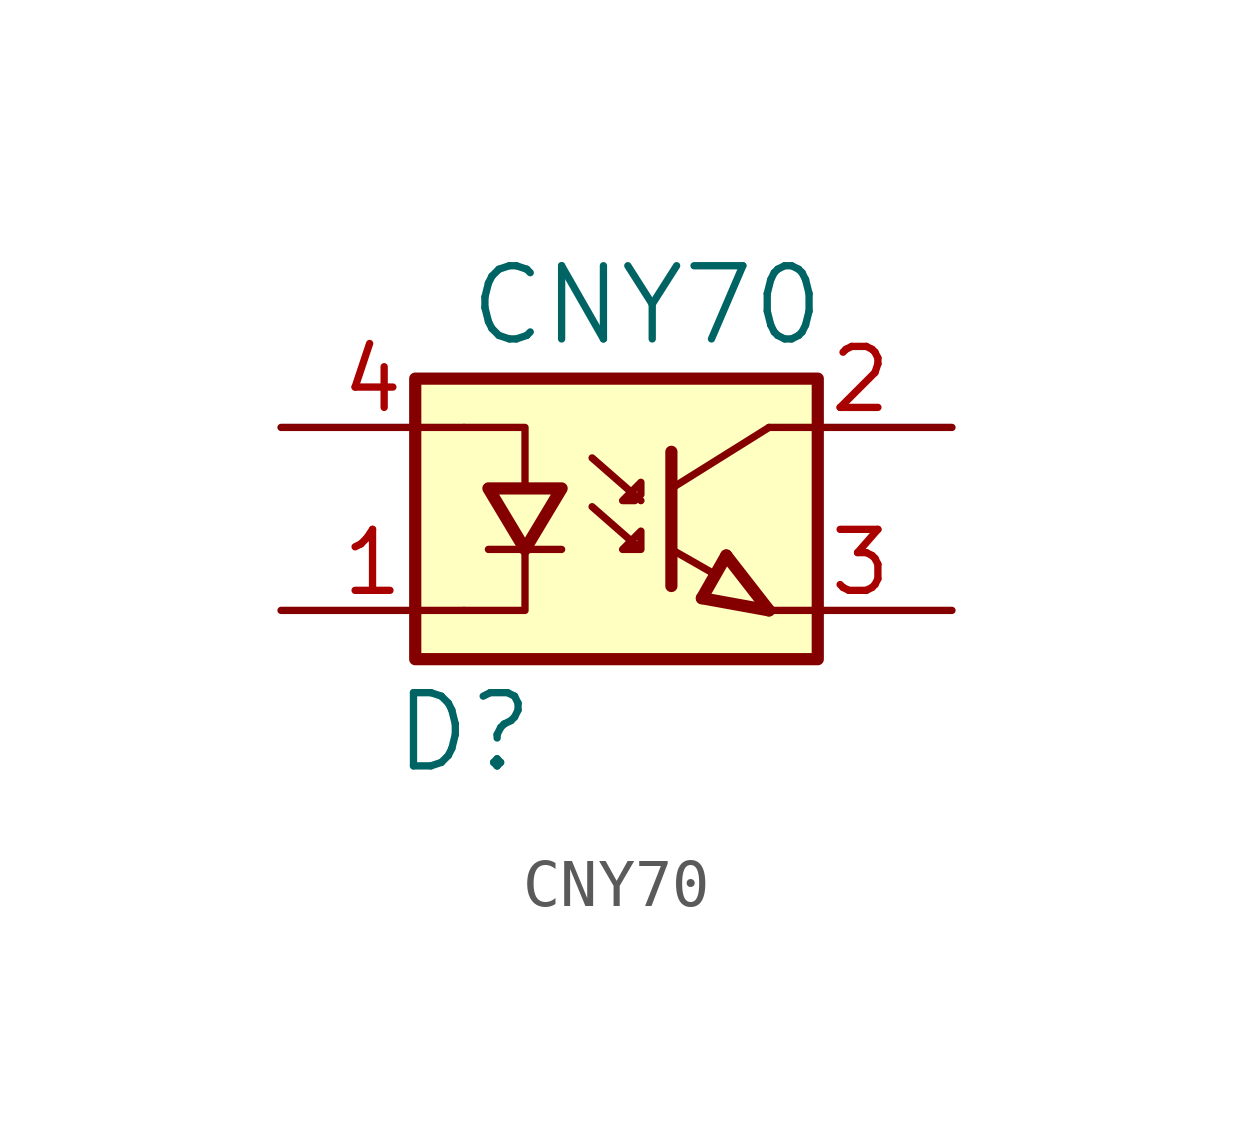
<source format=kicad_sym>
(kicad_symbol_lib
  (version 20211014)
  (generator kicad_symbol_editor)
  (symbol "CNY70"
    (pin_names
      (offset 1.016) hide)
    (property "Reference" "D"
      (at -3.81 -3.81 0)
      (effects (font (size 1.524 1.524))))
    (property "Value" "CNY70"
      (at 0 5.08 0)
      (effects (font (size 1.524 1.524))))
    (property "Footprint" ""
      (at 0 1.27 0)
      (effects (font (size 1.524 1.524))))
    (property "Datasheet" ""
      (at 0 1.27 0)
      (effects (font (size 1.524 1.524))))
    (symbol "CNY70_0_1"
      (rectangle (start -4.826 3.556) (end 3.556 -2.286) (stroke (width 0.254) (type default) (color 0 0 0 0)) (fill (type background)))
      (polyline (pts (xy -3.302 0) (xy -1.778 0)) (stroke (width 0) (type default) (color 0 0 0 0)) (fill (type none)))
      (polyline (pts (xy -1.143 1.905) (xy -0.127 1.016)) (stroke (width 0) (type default) (color 0 0 0 0)) (fill (type none)))
      (polyline (pts (xy 0.508 -0.762) (xy 0.508 2.032)) (stroke (width 0.254) (type default) (color 0 0 0 0)) (fill (type none)))
      (polyline (pts (xy 0.508 0) (xy 1.397 -0.508)) (stroke (width 0) (type default) (color 0 0 0 0)) (fill (type none)))
      (polyline (pts (xy 1.143 -1.016) (xy 1.651 -0.127)) (stroke (width 0.254) (type default) (color 0 0 0 0)) (fill (type none)))
      (polyline (pts (xy 2.54 -1.27) (xy 1.143 -1.016)) (stroke (width 0.254) (type default) (color 0 0 0 0)) (fill (type none)))
      (polyline (pts (xy 2.54 -1.27) (xy 1.651 -0.127)) (stroke (width 0.254) (type default) (color 0 0 0 0)) (fill (type none)))
      (polyline (pts (xy 2.54 2.54) (xy 0.508 1.27)) (stroke (width 0) (type default) (color 0 0 0 0)) (fill (type none)))
      (polyline (pts (xy -3.81 -1.27) (xy -2.54 -1.27) (xy -2.54 0)) (stroke (width 0) (type default) (color 0 0 0 0)) (fill (type none)))
      (polyline (pts (xy -3.81 2.54) (xy -2.54 2.54) (xy -2.54 1.27)) (stroke (width 0) (type default) (color 0 0 0 0)) (fill (type none)))
      (polyline (pts (xy -3.302 1.27) (xy -1.778 1.27) (xy -2.54 0) (xy -3.302 1.27)) (stroke (width 0.254) (type default) (color 0 0 0 0)) (fill (type none)))
      (polyline (pts (xy -0.127 1.143) (xy -0.127 1.397) (xy -0.508 1.016) (xy -0.254 1.016)) (stroke (width 0) (type default) (color 0 0 0 0)) (fill (type none)))
      (polyline (pts (xy -1.143 0.889) (xy -0.127 0) (xy -0.127 0.381) (xy -0.508 0) (xy -0.127 0)) (stroke (width 0) (type default) (color 0 0 0 0)) (fill (type none))))
    (symbol "CNY70_1_1"
      (pin bidirectional line (at -7.62 -1.27 0) (length 3.81) (name "K" (effects (font (size 1.27 1.27)))) (number "1" (effects (font (size 1.27 1.27)))))
      (pin bidirectional line (at 6.35 2.54 180) (length 3.81) (name "C" (effects (font (size 1.27 1.27)))) (number "2" (effects (font (size 1.27 1.27)))))
      (pin bidirectional line (at 6.35 -1.27 180) (length 3.81) (name "E" (effects (font (size 1.27 1.27)))) (number "3" (effects (font (size 1.27 1.27)))))
      (pin bidirectional line (at -7.62 2.54 0) (length 3.81) (name "A" (effects (font (size 1.27 1.27)))) (number "4" (effects (font (size 1.27 1.27))))))))
</source>
